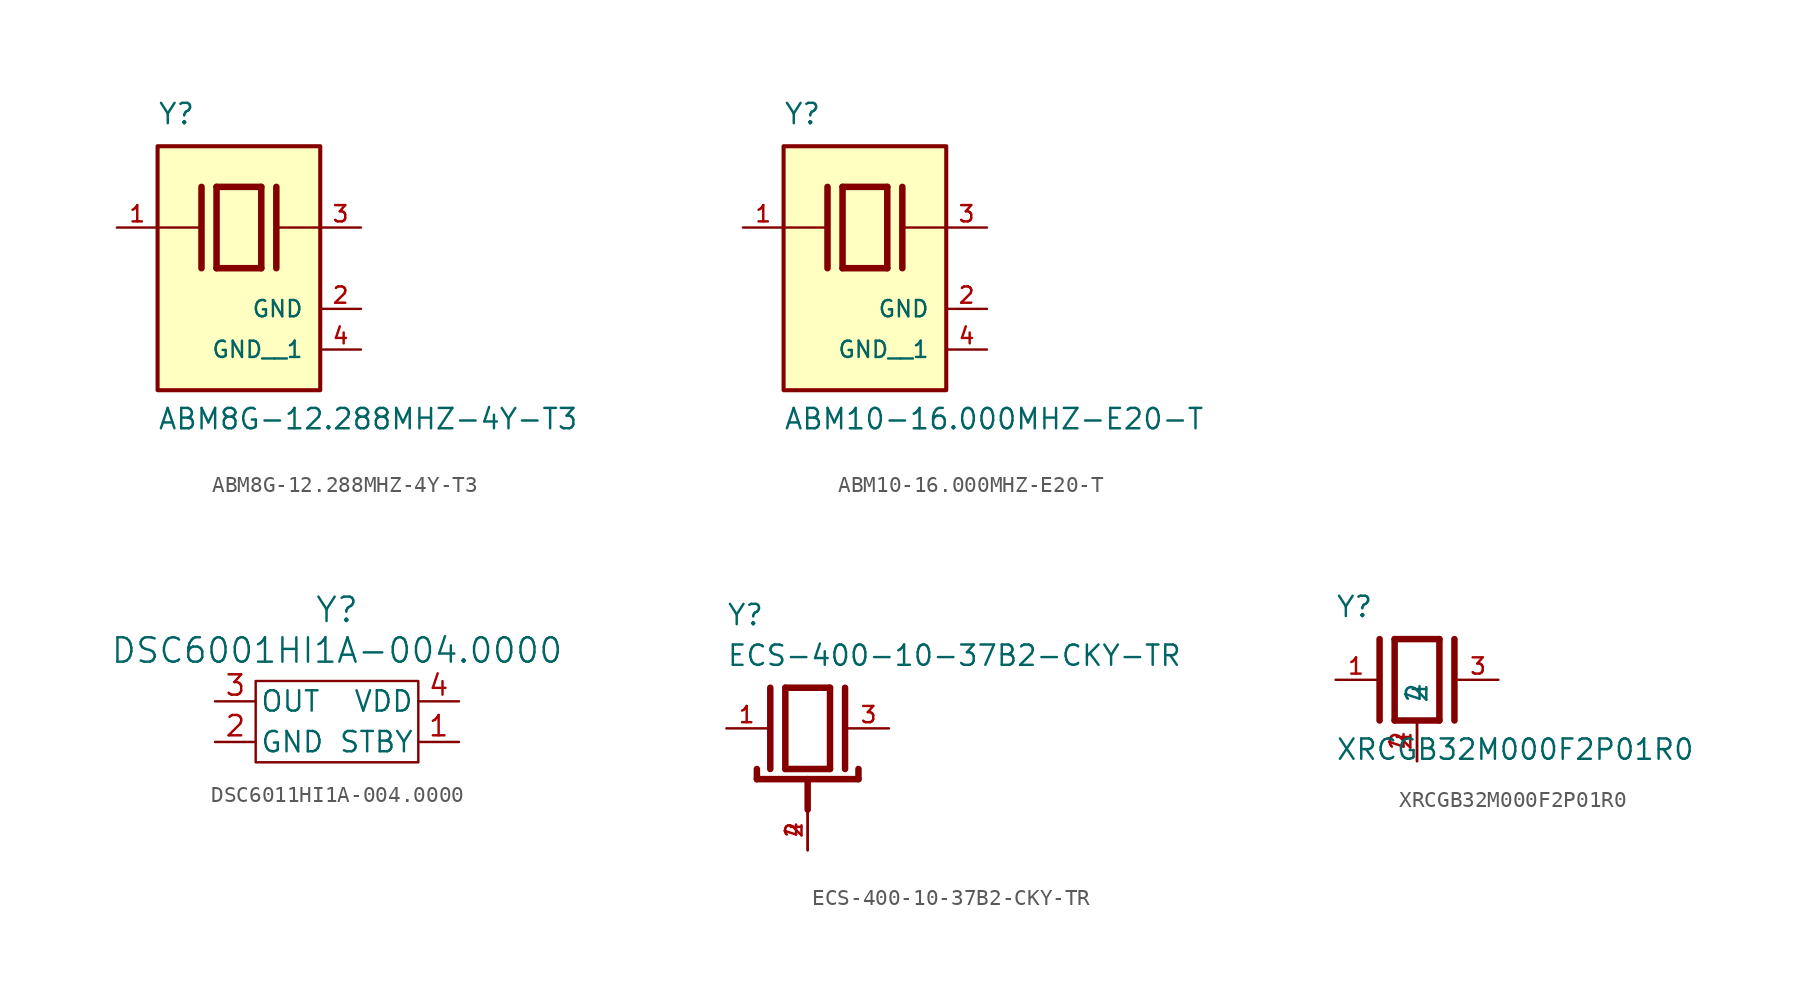
<source format=kicad_sym>
(kicad_symbol_lib
  (version 20231120)
  (generator "kicad_symbol_editor")
  (generator_version "8.0")
  (symbol "ABM8G-12.288MHZ-4Y-T3"
    (pin_names
      (offset 1.016))
    (property "Reference" "Y"
      (at -5.088 6.356 0)
      (effects (font (size 1.27 1.27)) (justify left bottom)))
    (property "Value" "ABM8G-12.288MHZ-4Y-T3"
      (at -5.094 -12.7 0)
      (effects (font (size 1.27 1.27)) (justify left bottom)))
    (symbol "ABM8G-12.288MHZ-4Y-T3_0_0"
      (rectangle (start -5.08 -10.16) (end 5.08 5.08) (stroke (width 0.254) (type default)) (fill (type background)))
      (polyline (pts (xy -5.08 0) (xy -2.54 0)) (stroke (width 0.152) (type default)) (fill (type none)))
      (polyline (pts (xy -2.337 2.54) (xy -2.337 -2.54)) (stroke (width 0.406) (type default)) (fill (type none)))
      (polyline (pts (xy -1.397 2.54) (xy -1.397 -2.54)) (stroke (width 0.406) (type default)) (fill (type none)))
      (polyline (pts (xy -1.397 2.54) (xy 1.397 2.54)) (stroke (width 0.406) (type default)) (fill (type none)))
      (polyline (pts (xy 1.397 -2.54) (xy -1.397 -2.54)) (stroke (width 0.406) (type default)) (fill (type none)))
      (polyline (pts (xy 1.397 2.54) (xy 1.397 -2.54)) (stroke (width 0.406) (type default)) (fill (type none)))
      (polyline (pts (xy 2.337 2.54) (xy 2.337 -2.54)) (stroke (width 0.406) (type default)) (fill (type none)))
      (polyline (pts (xy 2.54 0) (xy 5.08 0)) (stroke (width 0.152) (type default)) (fill (type none)))
      (pin passive line (at -7.62 0 0) (length 2.54) (name "~" (effects (font (size 1.016 1.016)))) (number "1" (effects (font (size 1.016 1.016)))))
      (pin power_in line (at 7.62 -5.08 180) (length 2.54) (name "GND" (effects (font (size 1.016 1.016)))) (number "2" (effects (font (size 1.016 1.016)))))
      (pin passive line (at 7.62 0 180) (length 2.54) (name "~" (effects (font (size 1.016 1.016)))) (number "3" (effects (font (size 1.016 1.016)))))
      (pin power_in line (at 7.62 -7.62 180) (length 2.54) (name "GND__1" (effects (font (size 1.016 1.016)))) (number "4" (effects (font (size 1.016 1.016)))))))
  (symbol "ABM10-16.000MHZ-E20-T"
    (pin_names
      (offset 1.016))
    (property "Reference" "Y"
      (at -5.088 6.356 0)
      (effects (font (size 1.27 1.27)) (justify left bottom)))
    (property "Value" "ABM10-16.000MHZ-E20-T"
      (at -5.094 -12.7 0)
      (effects (font (size 1.27 1.27)) (justify left bottom)))
    (symbol "ABM10-16.000MHZ-E20-T_0_0"
      (rectangle (start -5.08 -10.16) (end 5.08 5.08) (stroke (width 0.254) (type default)) (fill (type background)))
      (polyline (pts (xy -5.08 0) (xy -2.54 0)) (stroke (width 0.152) (type default)) (fill (type none)))
      (polyline (pts (xy -2.337 2.54) (xy -2.337 -2.54)) (stroke (width 0.406) (type default)) (fill (type none)))
      (polyline (pts (xy -1.397 2.54) (xy -1.397 -2.54)) (stroke (width 0.406) (type default)) (fill (type none)))
      (polyline (pts (xy -1.397 2.54) (xy 1.397 2.54)) (stroke (width 0.406) (type default)) (fill (type none)))
      (polyline (pts (xy 1.397 -2.54) (xy -1.397 -2.54)) (stroke (width 0.406) (type default)) (fill (type none)))
      (polyline (pts (xy 1.397 2.54) (xy 1.397 -2.54)) (stroke (width 0.406) (type default)) (fill (type none)))
      (polyline (pts (xy 2.337 2.54) (xy 2.337 -2.54)) (stroke (width 0.406) (type default)) (fill (type none)))
      (polyline (pts (xy 2.54 0) (xy 5.08 0)) (stroke (width 0.152) (type default)) (fill (type none)))
      (pin passive line (at -7.62 0 0) (length 2.54) (name "~" (effects (font (size 1.016 1.016)))) (number "1" (effects (font (size 1.016 1.016)))))
      (pin power_in line (at 7.62 -5.08 180) (length 2.54) (name "GND" (effects (font (size 1.016 1.016)))) (number "2" (effects (font (size 1.016 1.016)))))
      (pin passive line (at 7.62 0 180) (length 2.54) (name "~" (effects (font (size 1.016 1.016)))) (number "3" (effects (font (size 1.016 1.016)))))
      (pin power_in line (at 7.62 -7.62 180) (length 2.54) (name "GND__1" (effects (font (size 1.016 1.016)))) (number "4" (effects (font (size 1.016 1.016)))))))
  (symbol "DSC6011HI1A-004.0000"
    (pin_names
      (offset 0.254))
    (property "Reference" "Y"
      (at 0 6.985 0)
      (effects (font (size 1.524 1.524))))
    (property "Value" "DSC6001HI1A-004.0000"
      (at 0 4.445 0)
      (effects (font (size 1.524 1.524))))
    (symbol "DSC6011HI1A-004.0000_0_1"
      (pin output line (at 7.62 -1.27 180) (length 2.54) (name "STBY" (effects (font (size 1.27 1.27)))) (number "1" (effects (font (size 1.27 1.27)))))
      (pin power_out line (at -7.62 -1.27 0) (length 2.54) (name "GND" (effects (font (size 1.27 1.27)))) (number "2" (effects (font (size 1.27 1.27)))))
      (pin power_in line (at 7.62 1.27 180) (length 2.54) (name "VDD" (effects (font (size 1.27 1.27)))) (number "4" (effects (font (size 1.27 1.27))))))
    (symbol "DSC6011HI1A-004.0000_1_1"
      (rectangle (start -5.08 2.54) (end 5.08 -2.54) (stroke (width 0) (type default)) (fill (type none)))
      (pin output line (at -7.62 1.27 0) (length 2.54) (name "OUT" (effects (font (size 1.27 1.27)))) (number "3" (effects (font (size 1.27 1.27)))))))
  (symbol "ECS-400-10-37B2-CKY-TR"
    (pin_names
      (offset 1.016))
    (property "Reference" "Y"
      (at -5.08 6.35 0)
      (effects (font (size 1.27 1.27)) (justify left bottom)))
    (property "Value" "ECS-400-10-37B2-CKY-TR"
      (at -5.08 3.81 0)
      (effects (font (size 1.27 1.27)) (justify left bottom)))
    (symbol "ECS-400-10-37B2-CKY-TR_0_0"
      (polyline (pts (xy -3.175 -3.175) (xy 0 -3.175)) (stroke (width 0.406) (type default)) (fill (type none)))
      (polyline (pts (xy -3.175 -2.54) (xy -3.175 -3.175)) (stroke (width 0.406) (type default)) (fill (type none)))
      (polyline (pts (xy -2.337 2.54) (xy -2.337 -2.54)) (stroke (width 0.406) (type default)) (fill (type none)))
      (polyline (pts (xy -1.397 2.54) (xy -1.397 -2.54)) (stroke (width 0.406) (type default)) (fill (type none)))
      (polyline (pts (xy -1.397 2.54) (xy 1.397 2.54)) (stroke (width 0.406) (type default)) (fill (type none)))
      (polyline (pts (xy 0 -5.08) (xy 0 -3.175)) (stroke (width 0.406) (type default)) (fill (type none)))
      (polyline (pts (xy 0 -3.175) (xy 3.175 -3.175)) (stroke (width 0.406) (type default)) (fill (type none)))
      (polyline (pts (xy 1.397 -2.54) (xy -1.397 -2.54)) (stroke (width 0.406) (type default)) (fill (type none)))
      (polyline (pts (xy 1.397 2.54) (xy 1.397 -2.54)) (stroke (width 0.406) (type default)) (fill (type none)))
      (polyline (pts (xy 2.337 2.54) (xy 2.337 -2.54)) (stroke (width 0.406) (type default)) (fill (type none)))
      (polyline (pts (xy 3.175 -3.175) (xy 3.175 -2.54)) (stroke (width 0.406) (type default)) (fill (type none)))
      (pin passive line (at -5.08 0 0) (length 2.54) (name "~" (effects (font (size 1.016 1.016)))) (number "1" (effects (font (size 1.016 1.016)))))
      (pin power_in line (at 0 -7.62 90) (length 2.54) (name "~" (effects (font (size 1.016 1.016)))) (number "2" (effects (font (size 1.016 1.016)))))
      (pin passive line (at 5.08 0 180) (length 2.54) (name "~" (effects (font (size 1.016 1.016)))) (number "3" (effects (font (size 1.016 1.016))))))
    (symbol "ECS-400-10-37B2-CKY-TR_1_0"
      (pin power_in line (at 0 -7.62 90) (length 2.54) (name "~" (effects (font (size 1.016 1.016)))) (number "4" (effects (font (size 1.016 1.016)))))))
  (symbol "XRCGB32M000F2P01R0"
    (pin_names
      (offset 1.016))
    (property "Reference" "Y"
      (at -5.088 3.816 0)
      (effects (font (size 1.27 1.27)) (justify left bottom)))
    (property "Value" "XRCGB32M000F2P01R0"
      (at -5.094 -5.094 0)
      (effects (font (size 1.27 1.27)) (justify left bottom)))
    (symbol "XRCGB32M000F2P01R0_0_0"
      (polyline (pts (xy -2.337 2.54) (xy -2.337 -2.54)) (stroke (width 0.406) (type default)) (fill (type none)))
      (polyline (pts (xy -1.397 2.54) (xy -1.397 -2.54)) (stroke (width 0.406) (type default)) (fill (type none)))
      (polyline (pts (xy -1.397 2.54) (xy 1.397 2.54)) (stroke (width 0.406) (type default)) (fill (type none)))
      (polyline (pts (xy 1.397 -2.54) (xy -1.397 -2.54)) (stroke (width 0.406) (type default)) (fill (type none)))
      (polyline (pts (xy 1.397 2.54) (xy 1.397 -2.54)) (stroke (width 0.406) (type default)) (fill (type none)))
      (polyline (pts (xy 2.337 2.54) (xy 2.337 -2.54)) (stroke (width 0.406) (type default)) (fill (type none)))
      (pin passive line (at -5.08 0 0) (length 2.54) (name "~" (effects (font (size 1.016 1.016)))) (number "1" (effects (font (size 1.016 1.016)))))
      (pin passive line (at 5.08 0 180) (length 2.54) (name "~" (effects (font (size 1.016 1.016)))) (number "3" (effects (font (size 1.016 1.016))))))
    (symbol "XRCGB32M000F2P01R0_1_1"
      (pin input line (at 0 -5.08 90) (length 2.54) (name "2" (effects (font (size 1.27 1.27)))) (number "2" (effects (font (size 1.27 1.27)))))
      (pin input line (at 0 -5.08 90) (length 2.54) (name "4" (effects (font (size 1.27 1.27)))) (number "4" (effects (font (size 1.27 1.27))))))))
</source>
